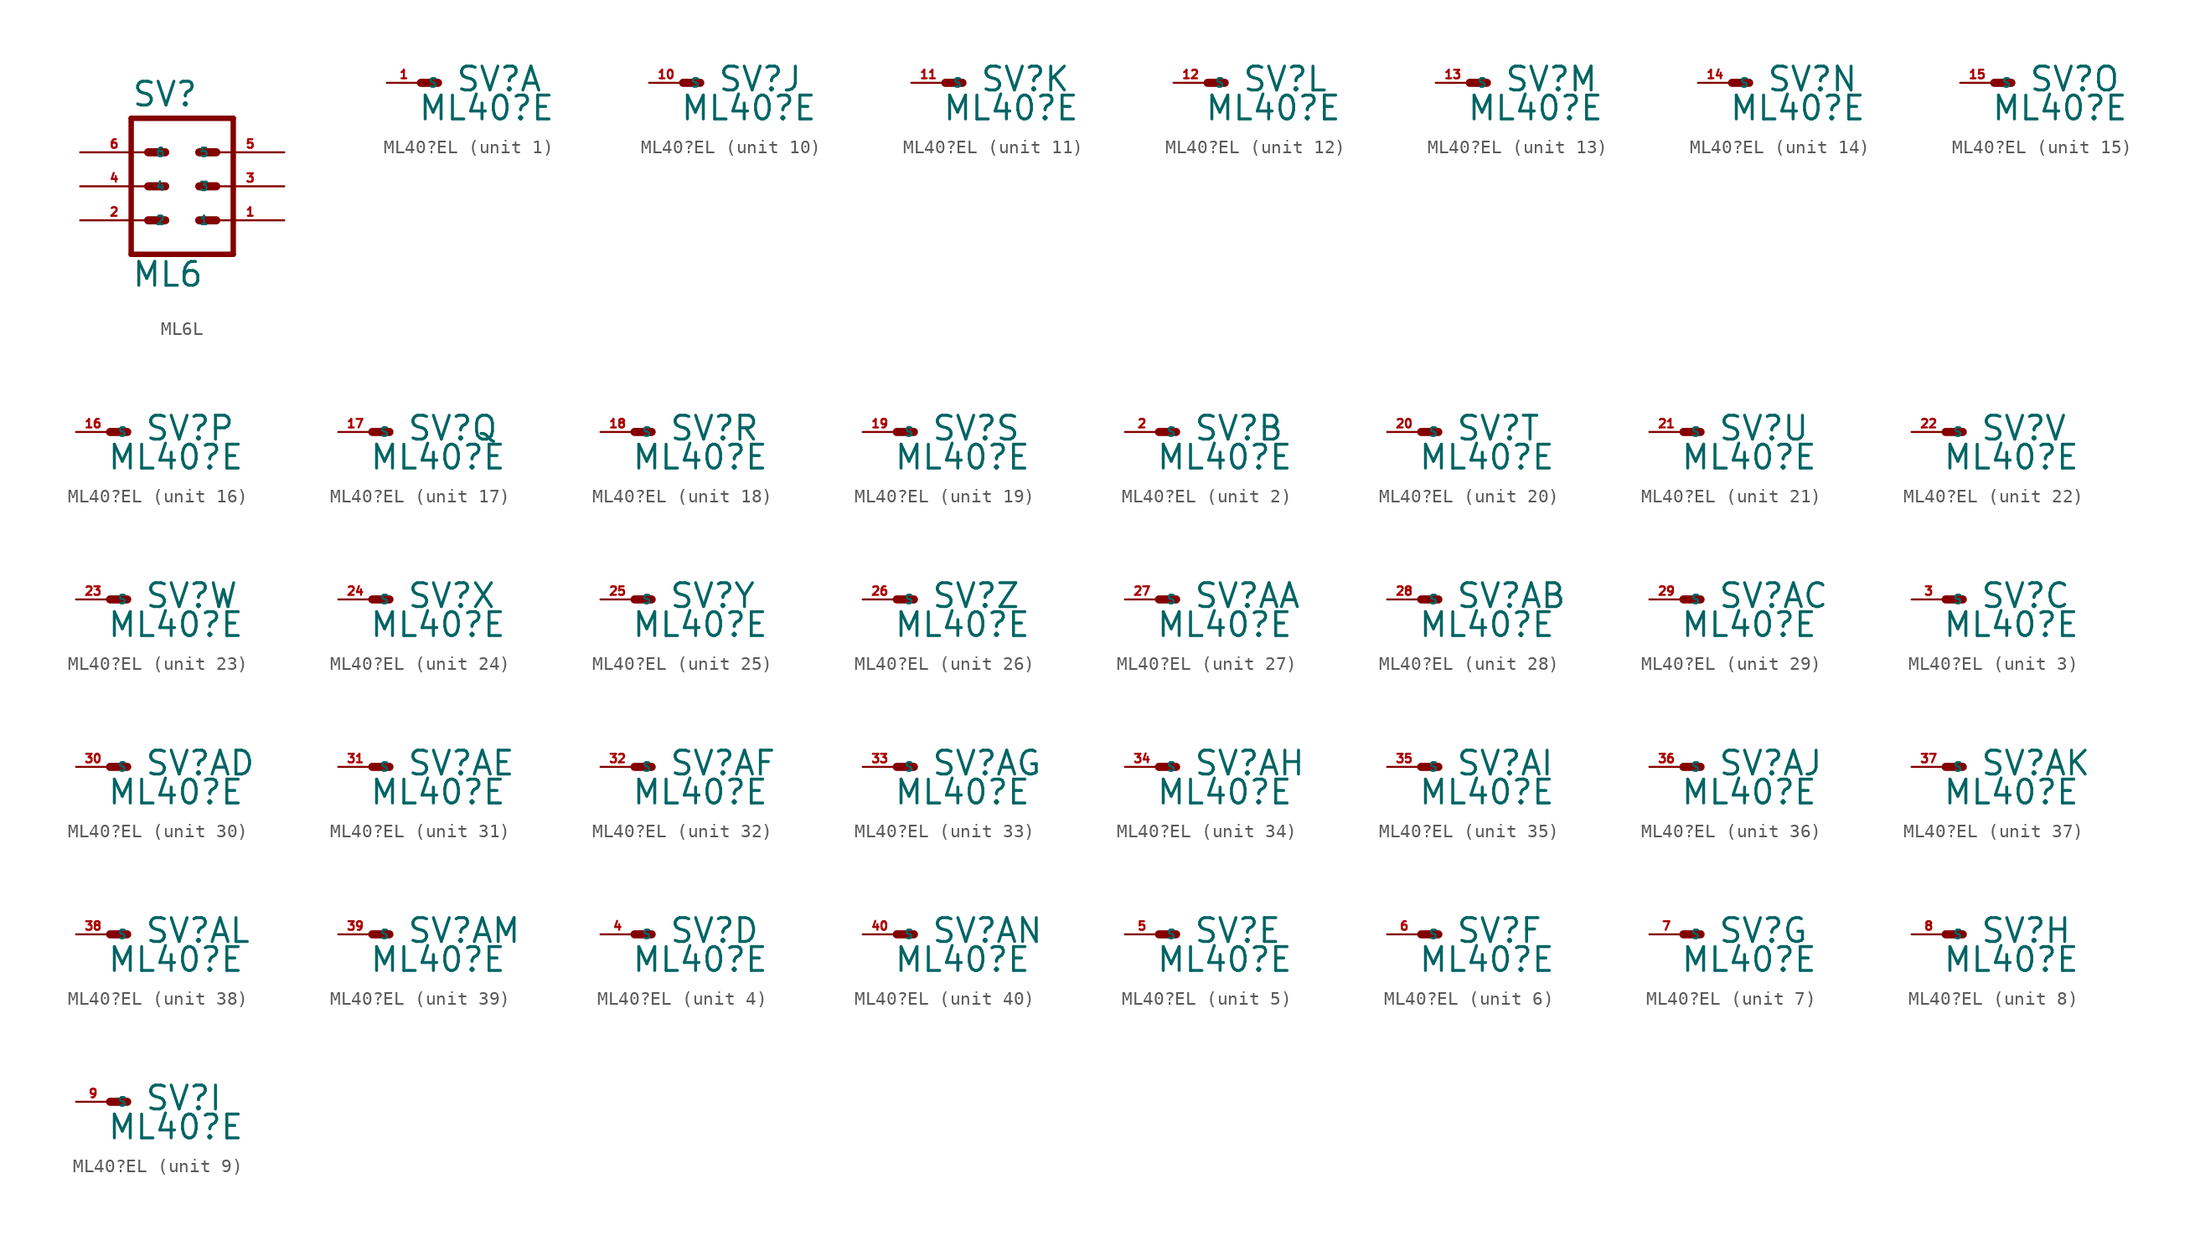
<source format=kicad_sym>
(kicad_symbol_lib
  (version 20220914)
  (generator Eagle2Kicad)
  (symbol "ML6L"
    (property "Reference" "SV"
      (at -3.81 5.842 0)
      (effects (font (size 1.778 1.778) (thickness 0.22)) (justify left bottom)))
    (property "Value" "ML6"
      (at -3.81 -7.62 0)
      (effects (font (size 1.778 1.778) (thickness 0.22)) (justify left bottom)))
    (polyline
      (pts (xy 3.81 -5.08) (xy -3.81 -5.08))
      (stroke (width 0.406) (type default))
      (fill (type none)))
    (polyline
      (pts (xy -3.81 5.08) (xy -3.81 -5.08))
      (stroke (width 0.406) (type default))
      (fill (type none)))
    (polyline
      (pts (xy 3.81 -5.08) (xy 3.81 5.08))
      (stroke (width 0.406) (type default))
      (fill (type none)))
    (polyline
      (pts (xy -3.81 5.08) (xy 3.81 5.08))
      (stroke (width 0.406) (type default))
      (fill (type none)))
    (polyline
      (pts (xy 1.27 2.54) (xy 2.54 2.54))
      (stroke (width 0.61) (type default))
      (fill (type none)))
    (polyline
      (pts (xy 1.27 0) (xy 2.54 0))
      (stroke (width 0.61) (type default))
      (fill (type none)))
    (polyline
      (pts (xy 1.27 -2.54) (xy 2.54 -2.54))
      (stroke (width 0.61) (type default))
      (fill (type none)))
    (polyline
      (pts (xy -2.54 2.54) (xy -1.27 2.54))
      (stroke (width 0.61) (type default))
      (fill (type none)))
    (polyline
      (pts (xy -2.54 0) (xy -1.27 0))
      (stroke (width 0.61) (type default))
      (fill (type none)))
    (polyline
      (pts (xy -2.54 -2.54) (xy -1.27 -2.54))
      (stroke (width 0.61) (type default))
      (fill (type none)))
    (pin passive line
      (at 7.62 -2.54 180)
      (length 5.08)
      (name "1" (effects (font (size 0.635 0.635) (thickness 0.08)) (justify left bottom)))
      (number "1" (effects (font (size 0.635 0.635) (thickness 0.08)) (justify left bottom))))
    (pin passive line
      (at -7.62 -2.54 0)
      (length 5.08)
      (name "2" (effects (font (size 0.635 0.635) (thickness 0.08)) (justify left bottom)))
      (number "2" (effects (font (size 0.635 0.635) (thickness 0.08)) (justify left bottom))))
    (pin passive line
      (at 7.62 0 180)
      (length 5.08)
      (name "3" (effects (font (size 0.635 0.635) (thickness 0.08)) (justify left bottom)))
      (number "3" (effects (font (size 0.635 0.635) (thickness 0.08)) (justify left bottom))))
    (pin passive line
      (at -7.62 0 0)
      (length 5.08)
      (name "4" (effects (font (size 0.635 0.635) (thickness 0.08)) (justify left bottom)))
      (number "4" (effects (font (size 0.635 0.635) (thickness 0.08)) (justify left bottom))))
    (pin passive line
      (at 7.62 2.54 180)
      (length 5.08)
      (name "5" (effects (font (size 0.635 0.635) (thickness 0.08)) (justify left bottom)))
      (number "5" (effects (font (size 0.635 0.635) (thickness 0.08)) (justify left bottom))))
    (pin passive line
      (at -7.62 2.54 0)
      (length 5.08)
      (name "6" (effects (font (size 0.635 0.635) (thickness 0.08)) (justify left bottom)))
      (number "6" (effects (font (size 0.635 0.635) (thickness 0.08)) (justify left bottom)))))
  (symbol "ML40?EL"
    (property "Reference" "SV"
      (at 2.54 -0.762 0)
      (effects (font (size 1.778 1.778) (thickness 0.22)) (justify left bottom)))
    (property "Value" "ML40?E"
      (at -0.254 -2.921 0)
      (effects (font (size 1.778 1.778) (thickness 0.22)) (justify left bottom)))
    (symbol "ML40?EL_1_0"
      (polyline (pts (xy 1.27 0) (xy 0 0)) (stroke (width 0.61) (type default)) (fill (type none)))
      (pin passive line (at -2.54 0 0) (length 2.54) (name "S" (effects (font (size 0.635 0.635) (thickness 0.08)) (justify left bottom))) (number "1" (effects (font (size 0.635 0.635) (thickness 0.08)) (justify left bottom)))))
    (symbol "ML40?EL_2_0"
      (polyline (pts (xy 1.27 0) (xy 0 0)) (stroke (width 0.61) (type default)) (fill (type none)))
      (pin passive line (at -2.54 0 0) (length 2.54) (name "S" (effects (font (size 0.635 0.635) (thickness 0.08)) (justify left bottom))) (number "2" (effects (font (size 0.635 0.635) (thickness 0.08)) (justify left bottom)))))
    (symbol "ML40?EL_3_0"
      (polyline (pts (xy 1.27 0) (xy 0 0)) (stroke (width 0.61) (type default)) (fill (type none)))
      (pin passive line (at -2.54 0 0) (length 2.54) (name "S" (effects (font (size 0.635 0.635) (thickness 0.08)) (justify left bottom))) (number "3" (effects (font (size 0.635 0.635) (thickness 0.08)) (justify left bottom)))))
    (symbol "ML40?EL_4_0"
      (polyline (pts (xy 1.27 0) (xy 0 0)) (stroke (width 0.61) (type default)) (fill (type none)))
      (pin passive line (at -2.54 0 0) (length 2.54) (name "S" (effects (font (size 0.635 0.635) (thickness 0.08)) (justify left bottom))) (number "4" (effects (font (size 0.635 0.635) (thickness 0.08)) (justify left bottom)))))
    (symbol "ML40?EL_5_0"
      (polyline (pts (xy 1.27 0) (xy 0 0)) (stroke (width 0.61) (type default)) (fill (type none)))
      (pin passive line (at -2.54 0 0) (length 2.54) (name "S" (effects (font (size 0.635 0.635) (thickness 0.08)) (justify left bottom))) (number "5" (effects (font (size 0.635 0.635) (thickness 0.08)) (justify left bottom)))))
    (symbol "ML40?EL_6_0"
      (polyline (pts (xy 1.27 0) (xy 0 0)) (stroke (width 0.61) (type default)) (fill (type none)))
      (pin passive line (at -2.54 0 0) (length 2.54) (name "S" (effects (font (size 0.635 0.635) (thickness 0.08)) (justify left bottom))) (number "6" (effects (font (size 0.635 0.635) (thickness 0.08)) (justify left bottom)))))
    (symbol "ML40?EL_7_0"
      (polyline (pts (xy 1.27 0) (xy 0 0)) (stroke (width 0.61) (type default)) (fill (type none)))
      (pin passive line (at -2.54 0 0) (length 2.54) (name "S" (effects (font (size 0.635 0.635) (thickness 0.08)) (justify left bottom))) (number "7" (effects (font (size 0.635 0.635) (thickness 0.08)) (justify left bottom)))))
    (symbol "ML40?EL_8_0"
      (polyline (pts (xy 1.27 0) (xy 0 0)) (stroke (width 0.61) (type default)) (fill (type none)))
      (pin passive line (at -2.54 0 0) (length 2.54) (name "S" (effects (font (size 0.635 0.635) (thickness 0.08)) (justify left bottom))) (number "8" (effects (font (size 0.635 0.635) (thickness 0.08)) (justify left bottom)))))
    (symbol "ML40?EL_9_0"
      (polyline (pts (xy 1.27 0) (xy 0 0)) (stroke (width 0.61) (type default)) (fill (type none)))
      (pin passive line (at -2.54 0 0) (length 2.54) (name "S" (effects (font (size 0.635 0.635) (thickness 0.08)) (justify left bottom))) (number "9" (effects (font (size 0.635 0.635) (thickness 0.08)) (justify left bottom)))))
    (symbol "ML40?EL_10_0"
      (polyline (pts (xy 1.27 0) (xy 0 0)) (stroke (width 0.61) (type default)) (fill (type none)))
      (pin passive line (at -2.54 0 0) (length 2.54) (name "S" (effects (font (size 0.635 0.635) (thickness 0.08)) (justify left bottom))) (number "10" (effects (font (size 0.635 0.635) (thickness 0.08)) (justify left bottom)))))
    (symbol "ML40?EL_11_0"
      (polyline (pts (xy 1.27 0) (xy 0 0)) (stroke (width 0.61) (type default)) (fill (type none)))
      (pin passive line (at -2.54 0 0) (length 2.54) (name "S" (effects (font (size 0.635 0.635) (thickness 0.08)) (justify left bottom))) (number "11" (effects (font (size 0.635 0.635) (thickness 0.08)) (justify left bottom)))))
    (symbol "ML40?EL_12_0"
      (polyline (pts (xy 1.27 0) (xy 0 0)) (stroke (width 0.61) (type default)) (fill (type none)))
      (pin passive line (at -2.54 0 0) (length 2.54) (name "S" (effects (font (size 0.635 0.635) (thickness 0.08)) (justify left bottom))) (number "12" (effects (font (size 0.635 0.635) (thickness 0.08)) (justify left bottom)))))
    (symbol "ML40?EL_13_0"
      (polyline (pts (xy 1.27 0) (xy 0 0)) (stroke (width 0.61) (type default)) (fill (type none)))
      (pin passive line (at -2.54 0 0) (length 2.54) (name "S" (effects (font (size 0.635 0.635) (thickness 0.08)) (justify left bottom))) (number "13" (effects (font (size 0.635 0.635) (thickness 0.08)) (justify left bottom)))))
    (symbol "ML40?EL_14_0"
      (polyline (pts (xy 1.27 0) (xy 0 0)) (stroke (width 0.61) (type default)) (fill (type none)))
      (pin passive line (at -2.54 0 0) (length 2.54) (name "S" (effects (font (size 0.635 0.635) (thickness 0.08)) (justify left bottom))) (number "14" (effects (font (size 0.635 0.635) (thickness 0.08)) (justify left bottom)))))
    (symbol "ML40?EL_15_0"
      (polyline (pts (xy 1.27 0) (xy 0 0)) (stroke (width 0.61) (type default)) (fill (type none)))
      (pin passive line (at -2.54 0 0) (length 2.54) (name "S" (effects (font (size 0.635 0.635) (thickness 0.08)) (justify left bottom))) (number "15" (effects (font (size 0.635 0.635) (thickness 0.08)) (justify left bottom)))))
    (symbol "ML40?EL_16_0"
      (polyline (pts (xy 1.27 0) (xy 0 0)) (stroke (width 0.61) (type default)) (fill (type none)))
      (pin passive line (at -2.54 0 0) (length 2.54) (name "S" (effects (font (size 0.635 0.635) (thickness 0.08)) (justify left bottom))) (number "16" (effects (font (size 0.635 0.635) (thickness 0.08)) (justify left bottom)))))
    (symbol "ML40?EL_17_0"
      (polyline (pts (xy 1.27 0) (xy 0 0)) (stroke (width 0.61) (type default)) (fill (type none)))
      (pin passive line (at -2.54 0 0) (length 2.54) (name "S" (effects (font (size 0.635 0.635) (thickness 0.08)) (justify left bottom))) (number "17" (effects (font (size 0.635 0.635) (thickness 0.08)) (justify left bottom)))))
    (symbol "ML40?EL_18_0"
      (polyline (pts (xy 1.27 0) (xy 0 0)) (stroke (width 0.61) (type default)) (fill (type none)))
      (pin passive line (at -2.54 0 0) (length 2.54) (name "S" (effects (font (size 0.635 0.635) (thickness 0.08)) (justify left bottom))) (number "18" (effects (font (size 0.635 0.635) (thickness 0.08)) (justify left bottom)))))
    (symbol "ML40?EL_19_0"
      (polyline (pts (xy 1.27 0) (xy 0 0)) (stroke (width 0.61) (type default)) (fill (type none)))
      (pin passive line (at -2.54 0 0) (length 2.54) (name "S" (effects (font (size 0.635 0.635) (thickness 0.08)) (justify left bottom))) (number "19" (effects (font (size 0.635 0.635) (thickness 0.08)) (justify left bottom)))))
    (symbol "ML40?EL_20_0"
      (polyline (pts (xy 1.27 0) (xy 0 0)) (stroke (width 0.61) (type default)) (fill (type none)))
      (pin passive line (at -2.54 0 0) (length 2.54) (name "S" (effects (font (size 0.635 0.635) (thickness 0.08)) (justify left bottom))) (number "20" (effects (font (size 0.635 0.635) (thickness 0.08)) (justify left bottom)))))
    (symbol "ML40?EL_21_0"
      (polyline (pts (xy 1.27 0) (xy 0 0)) (stroke (width 0.61) (type default)) (fill (type none)))
      (pin passive line (at -2.54 0 0) (length 2.54) (name "S" (effects (font (size 0.635 0.635) (thickness 0.08)) (justify left bottom))) (number "21" (effects (font (size 0.635 0.635) (thickness 0.08)) (justify left bottom)))))
    (symbol "ML40?EL_22_0"
      (polyline (pts (xy 1.27 0) (xy 0 0)) (stroke (width 0.61) (type default)) (fill (type none)))
      (pin passive line (at -2.54 0 0) (length 2.54) (name "S" (effects (font (size 0.635 0.635) (thickness 0.08)) (justify left bottom))) (number "22" (effects (font (size 0.635 0.635) (thickness 0.08)) (justify left bottom)))))
    (symbol "ML40?EL_23_0"
      (polyline (pts (xy 1.27 0) (xy 0 0)) (stroke (width 0.61) (type default)) (fill (type none)))
      (pin passive line (at -2.54 0 0) (length 2.54) (name "S" (effects (font (size 0.635 0.635) (thickness 0.08)) (justify left bottom))) (number "23" (effects (font (size 0.635 0.635) (thickness 0.08)) (justify left bottom)))))
    (symbol "ML40?EL_24_0"
      (polyline (pts (xy 1.27 0) (xy 0 0)) (stroke (width 0.61) (type default)) (fill (type none)))
      (pin passive line (at -2.54 0 0) (length 2.54) (name "S" (effects (font (size 0.635 0.635) (thickness 0.08)) (justify left bottom))) (number "24" (effects (font (size 0.635 0.635) (thickness 0.08)) (justify left bottom)))))
    (symbol "ML40?EL_25_0"
      (polyline (pts (xy 1.27 0) (xy 0 0)) (stroke (width 0.61) (type default)) (fill (type none)))
      (pin passive line (at -2.54 0 0) (length 2.54) (name "S" (effects (font (size 0.635 0.635) (thickness 0.08)) (justify left bottom))) (number "25" (effects (font (size 0.635 0.635) (thickness 0.08)) (justify left bottom)))))
    (symbol "ML40?EL_26_0"
      (polyline (pts (xy 1.27 0) (xy 0 0)) (stroke (width 0.61) (type default)) (fill (type none)))
      (pin passive line (at -2.54 0 0) (length 2.54) (name "S" (effects (font (size 0.635 0.635) (thickness 0.08)) (justify left bottom))) (number "26" (effects (font (size 0.635 0.635) (thickness 0.08)) (justify left bottom)))))
    (symbol "ML40?EL_27_0"
      (polyline (pts (xy 1.27 0) (xy 0 0)) (stroke (width 0.61) (type default)) (fill (type none)))
      (pin passive line (at -2.54 0 0) (length 2.54) (name "S" (effects (font (size 0.635 0.635) (thickness 0.08)) (justify left bottom))) (number "27" (effects (font (size 0.635 0.635) (thickness 0.08)) (justify left bottom)))))
    (symbol "ML40?EL_28_0"
      (polyline (pts (xy 1.27 0) (xy 0 0)) (stroke (width 0.61) (type default)) (fill (type none)))
      (pin passive line (at -2.54 0 0) (length 2.54) (name "S" (effects (font (size 0.635 0.635) (thickness 0.08)) (justify left bottom))) (number "28" (effects (font (size 0.635 0.635) (thickness 0.08)) (justify left bottom)))))
    (symbol "ML40?EL_29_0"
      (polyline (pts (xy 1.27 0) (xy 0 0)) (stroke (width 0.61) (type default)) (fill (type none)))
      (pin passive line (at -2.54 0 0) (length 2.54) (name "S" (effects (font (size 0.635 0.635) (thickness 0.08)) (justify left bottom))) (number "29" (effects (font (size 0.635 0.635) (thickness 0.08)) (justify left bottom)))))
    (symbol "ML40?EL_30_0"
      (polyline (pts (xy 1.27 0) (xy 0 0)) (stroke (width 0.61) (type default)) (fill (type none)))
      (pin passive line (at -2.54 0 0) (length 2.54) (name "S" (effects (font (size 0.635 0.635) (thickness 0.08)) (justify left bottom))) (number "30" (effects (font (size 0.635 0.635) (thickness 0.08)) (justify left bottom)))))
    (symbol "ML40?EL_31_0"
      (polyline (pts (xy 1.27 0) (xy 0 0)) (stroke (width 0.61) (type default)) (fill (type none)))
      (pin passive line (at -2.54 0 0) (length 2.54) (name "S" (effects (font (size 0.635 0.635) (thickness 0.08)) (justify left bottom))) (number "31" (effects (font (size 0.635 0.635) (thickness 0.08)) (justify left bottom)))))
    (symbol "ML40?EL_32_0"
      (polyline (pts (xy 1.27 0) (xy 0 0)) (stroke (width 0.61) (type default)) (fill (type none)))
      (pin passive line (at -2.54 0 0) (length 2.54) (name "S" (effects (font (size 0.635 0.635) (thickness 0.08)) (justify left bottom))) (number "32" (effects (font (size 0.635 0.635) (thickness 0.08)) (justify left bottom)))))
    (symbol "ML40?EL_33_0"
      (polyline (pts (xy 1.27 0) (xy 0 0)) (stroke (width 0.61) (type default)) (fill (type none)))
      (pin passive line (at -2.54 0 0) (length 2.54) (name "S" (effects (font (size 0.635 0.635) (thickness 0.08)) (justify left bottom))) (number "33" (effects (font (size 0.635 0.635) (thickness 0.08)) (justify left bottom)))))
    (symbol "ML40?EL_34_0"
      (polyline (pts (xy 1.27 0) (xy 0 0)) (stroke (width 0.61) (type default)) (fill (type none)))
      (pin passive line (at -2.54 0 0) (length 2.54) (name "S" (effects (font (size 0.635 0.635) (thickness 0.08)) (justify left bottom))) (number "34" (effects (font (size 0.635 0.635) (thickness 0.08)) (justify left bottom)))))
    (symbol "ML40?EL_35_0"
      (polyline (pts (xy 1.27 0) (xy 0 0)) (stroke (width 0.61) (type default)) (fill (type none)))
      (pin passive line (at -2.54 0 0) (length 2.54) (name "S" (effects (font (size 0.635 0.635) (thickness 0.08)) (justify left bottom))) (number "35" (effects (font (size 0.635 0.635) (thickness 0.08)) (justify left bottom)))))
    (symbol "ML40?EL_36_0"
      (polyline (pts (xy 1.27 0) (xy 0 0)) (stroke (width 0.61) (type default)) (fill (type none)))
      (pin passive line (at -2.54 0 0) (length 2.54) (name "S" (effects (font (size 0.635 0.635) (thickness 0.08)) (justify left bottom))) (number "36" (effects (font (size 0.635 0.635) (thickness 0.08)) (justify left bottom)))))
    (symbol "ML40?EL_37_0"
      (polyline (pts (xy 1.27 0) (xy 0 0)) (stroke (width 0.61) (type default)) (fill (type none)))
      (pin passive line (at -2.54 0 0) (length 2.54) (name "S" (effects (font (size 0.635 0.635) (thickness 0.08)) (justify left bottom))) (number "37" (effects (font (size 0.635 0.635) (thickness 0.08)) (justify left bottom)))))
    (symbol "ML40?EL_38_0"
      (polyline (pts (xy 1.27 0) (xy 0 0)) (stroke (width 0.61) (type default)) (fill (type none)))
      (pin passive line (at -2.54 0 0) (length 2.54) (name "S" (effects (font (size 0.635 0.635) (thickness 0.08)) (justify left bottom))) (number "38" (effects (font (size 0.635 0.635) (thickness 0.08)) (justify left bottom)))))
    (symbol "ML40?EL_39_0"
      (polyline (pts (xy 1.27 0) (xy 0 0)) (stroke (width 0.61) (type default)) (fill (type none)))
      (pin passive line (at -2.54 0 0) (length 2.54) (name "S" (effects (font (size 0.635 0.635) (thickness 0.08)) (justify left bottom))) (number "39" (effects (font (size 0.635 0.635) (thickness 0.08)) (justify left bottom)))))
    (symbol "ML40?EL_40_0"
      (polyline (pts (xy 1.27 0) (xy 0 0)) (stroke (width 0.61) (type default)) (fill (type none)))
      (pin passive line (at -2.54 0 0) (length 2.54) (name "S" (effects (font (size 0.635 0.635) (thickness 0.08)) (justify left bottom))) (number "40" (effects (font (size 0.635 0.635) (thickness 0.08)) (justify left bottom)))))))
</source>
